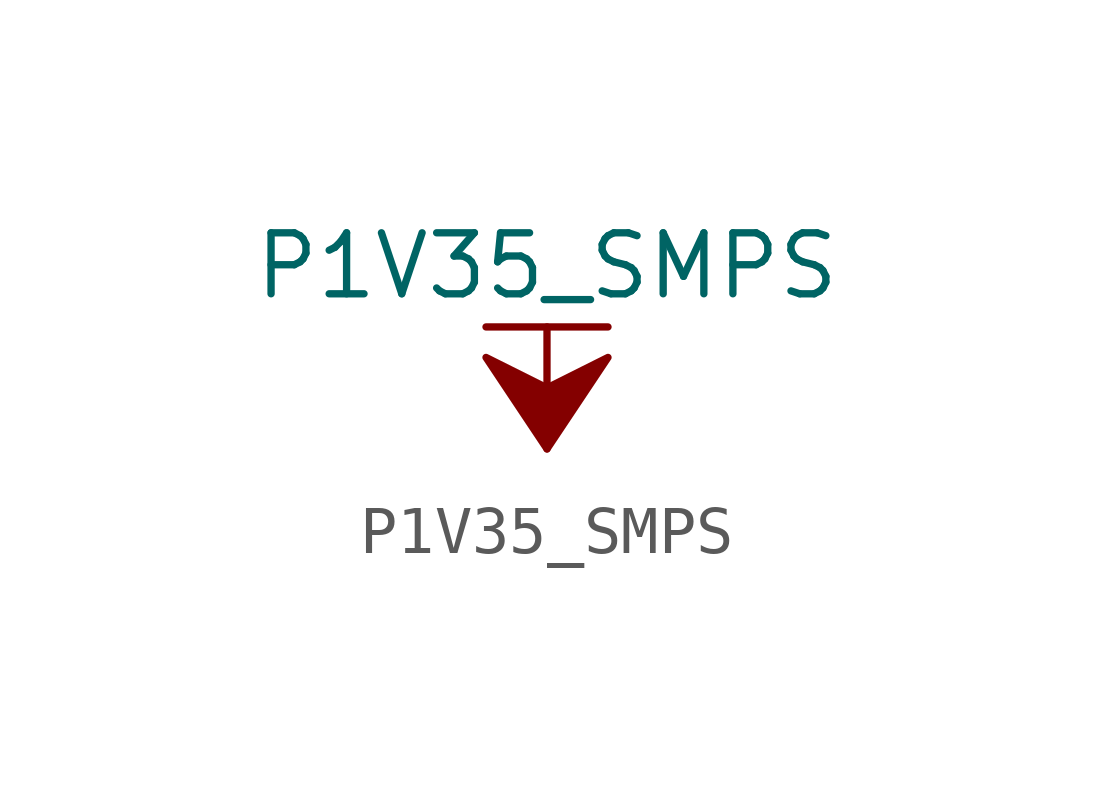
<source format=kicad_sym>
(kicad_symbol_lib
  (version 20211014)
  (generator kicad_symbol_editor)
  (symbol "P1V35_SMPS"
    (power)
    (pin_names
      (offset 0))
    (property "Reference" "#PWR"
      (at 0 -3.81 0)
      (effects (font (size 1.27 1.27)) hide))
    (property "Value" "P1V35_SMPS"
      (at 0 3.81 0)
      (effects (font (size 1.27 1.27))))
    (symbol "P1V35_SMPS_0_1"
      (polyline (pts (xy -1.27 2.54) (xy 1.27 2.54)) (stroke (width 0.152) (type default) (color 0 0 0 0)) (fill (type none)))
      (polyline (pts (xy 0 0) (xy 0 2.54)) (stroke (width 0.152) (type default) (color 0 0 0 0)) (fill (type none)))
      (polyline (pts (xy 0 0) (xy 1.27 1.905) (xy 0 1.27) (xy -1.27 1.905) (xy 0 0)) (stroke (width 0.152) (type default) (color 0 0 0 0)) (fill (type outline))))
    (symbol "P1V35_SMPS_1_1"
      (pin power_in line (at 0 0 90) (length 0) hide (name "P1V35_SMPS" (effects (font (size 1.27 1.27)))) (number "1" (effects (font (size 1.27 1.27))))))))
</source>
